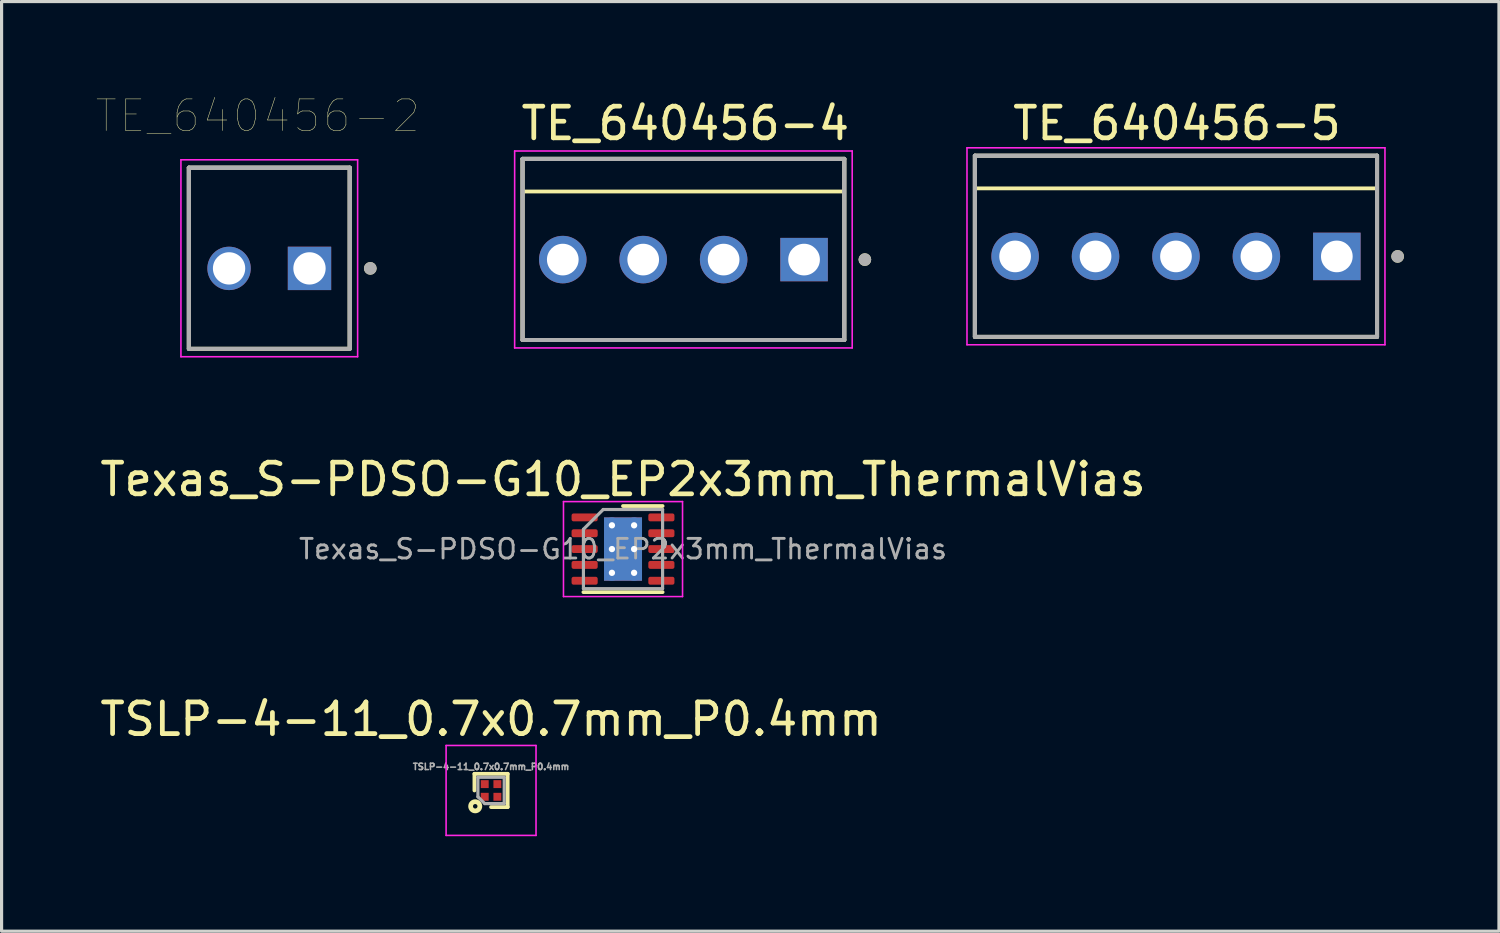
<source format=kicad_pcb>
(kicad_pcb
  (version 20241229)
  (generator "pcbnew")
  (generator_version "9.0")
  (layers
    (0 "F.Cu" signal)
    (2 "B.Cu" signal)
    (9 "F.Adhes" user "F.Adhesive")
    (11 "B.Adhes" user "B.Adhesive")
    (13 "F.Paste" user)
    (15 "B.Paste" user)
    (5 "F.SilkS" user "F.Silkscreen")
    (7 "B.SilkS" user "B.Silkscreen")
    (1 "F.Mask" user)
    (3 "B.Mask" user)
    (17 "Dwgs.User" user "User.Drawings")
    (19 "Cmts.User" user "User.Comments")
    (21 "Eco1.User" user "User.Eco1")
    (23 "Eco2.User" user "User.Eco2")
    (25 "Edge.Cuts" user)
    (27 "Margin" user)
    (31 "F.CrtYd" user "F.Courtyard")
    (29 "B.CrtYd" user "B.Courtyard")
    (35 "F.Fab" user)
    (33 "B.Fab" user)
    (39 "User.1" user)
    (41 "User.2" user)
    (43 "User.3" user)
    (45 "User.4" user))
  (footprint "TE_640456-4"
    (layer "F.Cu")
    (at 22.343 5.148)
    (property "Reference" "TE_640456-4" (at -3.75 -4.3 0) (layer "F.SilkS") (effects (font (size 1 1) (thickness 0.15))))
    (attr through_hole)
    (fp_line (start -8.89 2.54) (end -8.89 -3.18) (stroke (width 0.127) (type solid)) (layer "F.SilkS"))
    (fp_line (start -8.85 -2.15) (end 1.25 -2.15) (stroke (width 0.12) (type solid)) (layer "F.SilkS"))
    (fp_line (start 1.27 -3.18) (end -8.89 -3.18) (stroke (width 0.127) (type solid)) (layer "F.SilkS"))
    (fp_line (start 1.27 -3.18) (end 1.27 2.54) (stroke (width 0.127) (type solid)) (layer "F.SilkS"))
    (fp_line (start 1.27 2.54) (end -8.89 2.54) (stroke (width 0.127) (type solid)) (layer "F.SilkS"))
    (fp_circle (center 1.92 0) (end 2.02 0) (stroke (width 0.2) (type solid)) (fill no) (layer "F.SilkS"))
    (fp_line (start -9.14 -3.43) (end 1.52 -3.43) (stroke (width 0.05) (type solid)) (layer "F.CrtYd"))
    (fp_line (start -9.14 2.79) (end -9.14 -3.43) (stroke (width 0.05) (type solid)) (layer "F.CrtYd"))
    (fp_line (start 1.52 -3.43) (end 1.52 2.79) (stroke (width 0.05) (type solid)) (layer "F.CrtYd"))
    (fp_line (start 1.52 2.79) (end -9.14 2.79) (stroke (width 0.05) (type solid)) (layer "F.CrtYd"))
    (fp_line (start -8.89 -3.18) (end 1.27 -3.18) (stroke (width 0.127) (type solid)) (layer "F.Fab"))
    (fp_line (start -8.89 -3.18) (end 1.27 -3.18) (stroke (width 0.127) (type solid)) (layer "F.Fab"))
    (fp_line (start -8.89 2.54) (end -8.89 -3.18) (stroke (width 0.127) (type solid)) (layer "F.Fab"))
    (fp_line (start -8.89 2.54) (end -8.89 -3.18) (stroke (width 0.127) (type solid)) (layer "F.Fab"))
    (fp_line (start 1.27 -3.18) (end 1.27 2.54) (stroke (width 0.127) (type solid)) (layer "F.Fab"))
    (fp_line (start 1.27 -3.18) (end 1.27 2.54) (stroke (width 0.127) (type solid)) (layer "F.Fab"))
    (fp_line (start 1.27 2.54) (end -8.89 2.54) (stroke (width 0.127) (type solid)) (layer "F.Fab"))
    (fp_circle (center 1.92 0) (end 2.02 0) (stroke (width 0.2) (type solid)) (fill no) (layer "F.Fab"))
    (pad "1" thru_hole rect (at 0 0) (size 1.5 1.37) (drill 1) (layers "*.Cu" "*.Mask"))
    (pad "2" thru_hole circle (at -2.54 0) (size 1.5 1.5) (drill 1) (layers "*.Cu" "*.Mask"))
    (pad "3" thru_hole circle (at -5.08 0) (size 1.5 1.5) (drill 1) (layers "*.Cu" "*.Mask"))
    (pad "4" thru_hole circle (at -7.62 0) (size 1.5 1.5) (drill 1) (layers "*.Cu" "*.Mask")))
  (footprint "Texas_S-PDSO-G10_EP2x3mm_ThermalVias"
    (layer "F.Cu")
    (at 16.625 14.29)
    (property "Reference" "Texas_S-PDSO-G10_EP2x3mm_ThermalVias" (at 0 -2.2 0) (layer "F.SilkS") (effects (font (size 1 1) (thickness 0.15))))
    (attr smd)
    (fp_line (start -1.25 1.36) (end 1.25 1.36) (stroke (width 0.12) (type solid)) (layer "F.SilkS"))
    (fp_line (start 0 -1.36) (end 1.25 -1.36) (stroke (width 0.12) (type solid)) (layer "F.SilkS"))
    (fp_line (start -1.88 -1.5) (end -1.88 1.5) (stroke (width 0.05) (type solid)) (layer "F.CrtYd"))
    (fp_line (start -1.88 1.5) (end 1.88 1.5) (stroke (width 0.05) (type solid)) (layer "F.CrtYd"))
    (fp_line (start 1.88 -1.5) (end -1.88 -1.5) (stroke (width 0.05) (type solid)) (layer "F.CrtYd"))
    (fp_line (start 1.88 1.5) (end 1.88 -1.5) (stroke (width 0.05) (type solid)) (layer "F.CrtYd"))
    (fp_line (start -1.25 -0.625) (end -0.625 -1.25) (stroke (width 0.1) (type solid)) (layer "F.Fab"))
    (fp_line (start -1.25 1.25) (end -1.25 -0.625) (stroke (width 0.1) (type solid)) (layer "F.Fab"))
    (fp_line (start -0.625 -1.25) (end 1.25 -1.25) (stroke (width 0.1) (type solid)) (layer "F.Fab"))
    (fp_line (start 1.25 -1.25) (end 1.25 1.25) (stroke (width 0.1) (type solid)) (layer "F.Fab"))
    (fp_line (start 1.25 1.25) (end -1.25 1.25) (stroke (width 0.1) (type solid)) (layer "F.Fab"))
    (fp_text user "${REFERENCE}" (at 0 0 0) (layer "F.Fab") (effects (font (size 0.62 0.62) (thickness 0.09))))
    (pad "" smd roundrect (at -0.3 -0.5) (size 0.5 0.84) (layers "F.Paste") (roundrect_rratio 0.25))
    (pad "" smd roundrect (at -0.3 0.5) (size 0.5 0.84) (layers "F.Paste") (roundrect_rratio 0.25))
    (pad "" smd roundrect (at 0.3 -0.5) (size 0.5 0.84) (layers "F.Paste") (roundrect_rratio 0.25))
    (pad "" smd roundrect (at 0.3 0.5) (size 0.5 0.84) (layers "F.Paste") (roundrect_rratio 0.25))
    (pad "1" smd roundrect (at -1.212 -1) (size 0.825 0.25) (layers "F.Cu" "F.Mask" "F.Paste") (roundrect_rratio 0.25))
    (pad "2" smd roundrect (at -1.212 -0.5) (size 0.825 0.25) (layers "F.Cu" "F.Mask" "F.Paste") (roundrect_rratio 0.25))
    (pad "3" smd roundrect (at -1.212 0) (size 0.825 0.25) (layers "F.Cu" "F.Mask" "F.Paste") (roundrect_rratio 0.25))
    (pad "4" smd roundrect (at -1.212 0.5) (size 0.825 0.25) (layers "F.Cu" "F.Mask" "F.Paste") (roundrect_rratio 0.25))
    (pad "5" smd roundrect (at -1.212 1) (size 0.825 0.25) (layers "F.Cu" "F.Mask" "F.Paste") (roundrect_rratio 0.25))
    (pad "6" smd roundrect (at 1.212 1) (size 0.825 0.25) (layers "F.Cu" "F.Mask" "F.Paste") (roundrect_rratio 0.25))
    (pad "7" smd roundrect (at 1.212 0.5) (size 0.825 0.25) (layers "F.Cu" "F.Mask" "F.Paste") (roundrect_rratio 0.25))
    (pad "8" smd roundrect (at 1.212 0) (size 0.825 0.25) (layers "F.Cu" "F.Mask" "F.Paste") (roundrect_rratio 0.25))
    (pad "9" smd roundrect (at 1.212 -0.5) (size 0.825 0.25) (layers "F.Cu" "F.Mask" "F.Paste") (roundrect_rratio 0.25))
    (pad "10" smd roundrect (at 1.212 -1) (size 0.825 0.25) (layers "F.Cu" "F.Mask" "F.Paste") (roundrect_rratio 0.25))
    (pad "11" thru_hole circle (at -0.35 -0.75) (size 0.5 0.5) (drill 0.2) (layers "*.Cu"))
    (pad "11" thru_hole circle (at -0.35 0) (size 0.5 0.5) (drill 0.2) (layers "*.Cu"))
    (pad "11" thru_hole circle (at -0.35 0.75) (size 0.5 0.5) (drill 0.2) (layers "*.Cu"))
    (pad "11" smd rect (at 0 0) (size 1.2 2) (layers "F.Cu" "F.Mask"))
    (pad "11" smd rect (at 0 0) (size 1.2 2) (layers "B.Cu"))
    (pad "11" thru_hole circle (at 0.35 -0.75) (size 0.5 0.5) (drill 0.2) (layers "*.Cu"))
    (pad "11" thru_hole circle (at 0.35 0) (size 0.5 0.5) (drill 0.2) (layers "*.Cu"))
    (pad "11" thru_hole circle (at 0.35 0.75) (size 0.5 0.5) (drill 0.2) (layers "*.Cu")))
  (footprint "TSLP-4-11_0.7x0.7mm_P0.4mm"
    (layer "F.Cu")
    (at 12.458 21.913)
    (property "Reference" "TSLP-4-11_0.7x0.7mm_P0.4mm" (at 0 -2.25 0) (layer "F.SilkS") (effects (font (size 1 1) (thickness 0.15))))
    (attr smd)
    (fp_line (start -0.525 -0.525) (end -0.525 0) (stroke (width 0.12) (type solid)) (layer "F.SilkS"))
    (fp_line (start 0 0.525) (end 0.525 0.525) (stroke (width 0.12) (type solid)) (layer "F.SilkS"))
    (fp_line (start 0.525 -0.525) (end -0.525 -0.525) (stroke (width 0.12) (type solid)) (layer "F.SilkS"))
    (fp_line (start 0.525 0.525) (end 0.525 -0.525) (stroke (width 0.12) (type solid)) (layer "F.SilkS"))
    (fp_circle (center -0.5 0.5) (end -0.55 0.45) (stroke (width 0.15) (type solid)) (fill no) (layer "F.SilkS"))
    (fp_line (start -1.42 -1.42) (end 1.42 -1.42) (stroke (width 0.05) (type solid)) (layer "F.CrtYd"))
    (fp_line (start -1.42 1.42) (end -1.42 -1.42) (stroke (width 0.05) (type solid)) (layer "F.CrtYd"))
    (fp_line (start 1.42 -1.42) (end 1.42 1.42) (stroke (width 0.05) (type solid)) (layer "F.CrtYd"))
    (fp_line (start 1.42 1.42) (end -1.42 1.42) (stroke (width 0.05) (type solid)) (layer "F.CrtYd"))
    (fp_line (start -0.415 -0.415) (end -0.415 0.2) (stroke (width 0.1) (type solid)) (layer "F.Fab"))
    (fp_line (start -0.415 -0.415) (end 0.415 -0.415) (stroke (width 0.1) (type solid)) (layer "F.Fab"))
    (fp_line (start -0.415 0.2) (end -0.2 0.415) (stroke (width 0.1) (type solid)) (layer "F.Fab"))
    (fp_line (start -0.2 0.415) (end 0.415 0.415) (stroke (width 0.1) (type solid)) (layer "F.Fab"))
    (fp_line (start 0.415 -0.415) (end 0.415 0.415) (stroke (width 0.1) (type solid)) (layer "F.Fab"))
    (fp_text user "${REFERENCE}" (at 0 -0.75 180) (layer "F.Fab") (effects (font (size 0.2 0.2) (thickness 0.05))))
    (pad "1" smd rect (at -0.2 0.2 90) (size 0.25 0.25) (layers "F.Cu" "F.Mask" "F.Paste"))
    (pad "2" smd rect (at 0.2 0.2 90) (size 0.25 0.25) (layers "F.Cu" "F.Mask" "F.Paste"))
    (pad "3" smd rect (at 0.2 -0.2 90) (size 0.25 0.25) (layers "F.Cu" "F.Mask" "F.Paste"))
    (pad "4" smd rect (at -0.2 -0.2 90) (size 0.25 0.25) (layers "F.Cu" "F.Mask" "F.Paste")))
  (footprint "TE_640456-2"
    (layer "F.Cu")
    (at 6.724 5.426)
    (property "Reference" "TE_640456-2" (at -1.635 -4.815 0) (layer "F.SilkS") (effects (font (size 1 1) (thickness 0.015))))
    (attr through_hole)
    (fp_line (start -3.81 2.54) (end -3.81 -3.18) (stroke (width 0.127) (type solid)) (layer "F.SilkS"))
    (fp_line (start 1.27 -3.18) (end -3.81 -3.18) (stroke (width 0.127) (type solid)) (layer "F.SilkS"))
    (fp_line (start 1.27 -3.18) (end 1.27 2.54) (stroke (width 0.127) (type solid)) (layer "F.SilkS"))
    (fp_line (start 1.27 2.54) (end -3.81 2.54) (stroke (width 0.127) (type solid)) (layer "F.SilkS"))
    (fp_circle (center 1.92 0) (end 2.02 0) (stroke (width 0.2) (type solid)) (fill no) (layer "F.SilkS"))
    (fp_line (start -4.06 -3.43) (end 1.52 -3.43) (stroke (width 0.05) (type solid)) (layer "F.CrtYd"))
    (fp_line (start -4.06 2.79) (end -4.06 -3.43) (stroke (width 0.05) (type solid)) (layer "F.CrtYd"))
    (fp_line (start 1.52 -3.43) (end 1.52 2.79) (stroke (width 0.05) (type solid)) (layer "F.CrtYd"))
    (fp_line (start 1.52 2.79) (end -4.06 2.79) (stroke (width 0.05) (type solid)) (layer "F.CrtYd"))
    (fp_line (start -3.81 -3.18) (end 1.27 -3.18) (stroke (width 0.127) (type solid)) (layer "F.Fab"))
    (fp_line (start -3.81 -3.18) (end 1.27 -3.18) (stroke (width 0.127) (type solid)) (layer "F.Fab"))
    (fp_line (start -3.81 2.54) (end -3.81 -3.18) (stroke (width 0.127) (type solid)) (layer "F.Fab"))
    (fp_line (start -3.81 2.54) (end -3.81 -3.18) (stroke (width 0.127) (type solid)) (layer "F.Fab"))
    (fp_line (start 1.27 -3.18) (end 1.27 2.54) (stroke (width 0.127) (type solid)) (layer "F.Fab"))
    (fp_line (start 1.27 -3.18) (end 1.27 2.54) (stroke (width 0.127) (type solid)) (layer "F.Fab"))
    (fp_line (start 1.27 2.54) (end -3.81 2.54) (stroke (width 0.127) (type solid)) (layer "F.Fab"))
    (fp_circle (center 1.92 0) (end 2.02 0) (stroke (width 0.2) (type solid)) (fill no) (layer "F.Fab"))
    (pad "1" thru_hole rect (at 0 0) (size 1.37 1.37) (drill 1.02) (layers "*.Cu" "*.Mask"))
    (pad "2" thru_hole circle (at -2.54 0) (size 1.37 1.37) (drill 1.02) (layers "*.Cu" "*.Mask")))
  (footprint "TE_640456-5"
    (layer "F.Cu")
    (at 39.168 5.048)
    (property "Reference" "TE_640456-5" (at -5.05 -4.2 0) (layer "F.SilkS") (effects (font (size 1 1) (thickness 0.15))))
    (attr through_hole)
    (fp_line (start -11.43 2.54) (end -11.43 -3.18) (stroke (width 0.127) (type solid)) (layer "F.SilkS"))
    (fp_line (start -11.4 -2.15) (end 1.25 -2.15) (stroke (width 0.12) (type solid)) (layer "F.SilkS"))
    (fp_line (start 1.27 -3.18) (end -11.43 -3.18) (stroke (width 0.127) (type solid)) (layer "F.SilkS"))
    (fp_line (start 1.27 -3.18) (end 1.27 2.54) (stroke (width 0.127) (type solid)) (layer "F.SilkS"))
    (fp_line (start 1.27 2.54) (end -11.43 2.54) (stroke (width 0.127) (type solid)) (layer "F.SilkS"))
    (fp_circle (center 1.92 0) (end 2.02 0) (stroke (width 0.2) (type solid)) (fill no) (layer "F.SilkS"))
    (fp_line (start -11.68 -3.43) (end 1.52 -3.43) (stroke (width 0.05) (type solid)) (layer "F.CrtYd"))
    (fp_line (start -11.68 2.79) (end -11.68 -3.43) (stroke (width 0.05) (type solid)) (layer "F.CrtYd"))
    (fp_line (start 1.52 -3.43) (end 1.52 2.79) (stroke (width 0.05) (type solid)) (layer "F.CrtYd"))
    (fp_line (start 1.52 2.79) (end -11.68 2.79) (stroke (width 0.05) (type solid)) (layer "F.CrtYd"))
    (fp_line (start -11.43 -3.18) (end 1.27 -3.18) (stroke (width 0.127) (type solid)) (layer "F.Fab"))
    (fp_line (start -11.43 -3.18) (end 1.27 -3.18) (stroke (width 0.127) (type solid)) (layer "F.Fab"))
    (fp_line (start -11.43 2.54) (end -11.43 -3.18) (stroke (width 0.127) (type solid)) (layer "F.Fab"))
    (fp_line (start -11.43 2.54) (end -11.43 -3.18) (stroke (width 0.127) (type solid)) (layer "F.Fab"))
    (fp_line (start 1.27 -3.18) (end 1.27 2.54) (stroke (width 0.127) (type solid)) (layer "F.Fab"))
    (fp_line (start 1.27 -3.18) (end 1.27 2.54) (stroke (width 0.127) (type solid)) (layer "F.Fab"))
    (fp_line (start 1.27 2.54) (end -11.43 2.54) (stroke (width 0.127) (type solid)) (layer "F.Fab"))
    (fp_circle (center 1.92 0) (end 2.02 0) (stroke (width 0.2) (type solid)) (fill no) (layer "F.Fab"))
    (pad "1" thru_hole rect (at 0 0) (size 1.5 1.5) (drill 1) (layers "*.Cu" "*.Mask"))
    (pad "2" thru_hole circle (at -2.54 0) (size 1.5 1.5) (drill 1) (layers "*.Cu" "*.Mask"))
    (pad "3" thru_hole circle (at -5.08 0) (size 1.5 1.5) (drill 1) (layers "*.Cu" "*.Mask"))
    (pad "4" thru_hole circle (at -7.62 0) (size 1.5 1.5) (drill 1) (layers "*.Cu" "*.Mask"))
    (pad "5" thru_hole circle (at -10.16 0) (size 1.5 1.5) (drill 1) (layers "*.Cu" "*.Mask")))
  (gr_rect
    (start -3 -3)
    (end 44.288 26.358)
    (stroke (width 0.1) (type default))
    (fill no)
    (layer "Edge.Cuts")))
</source>
